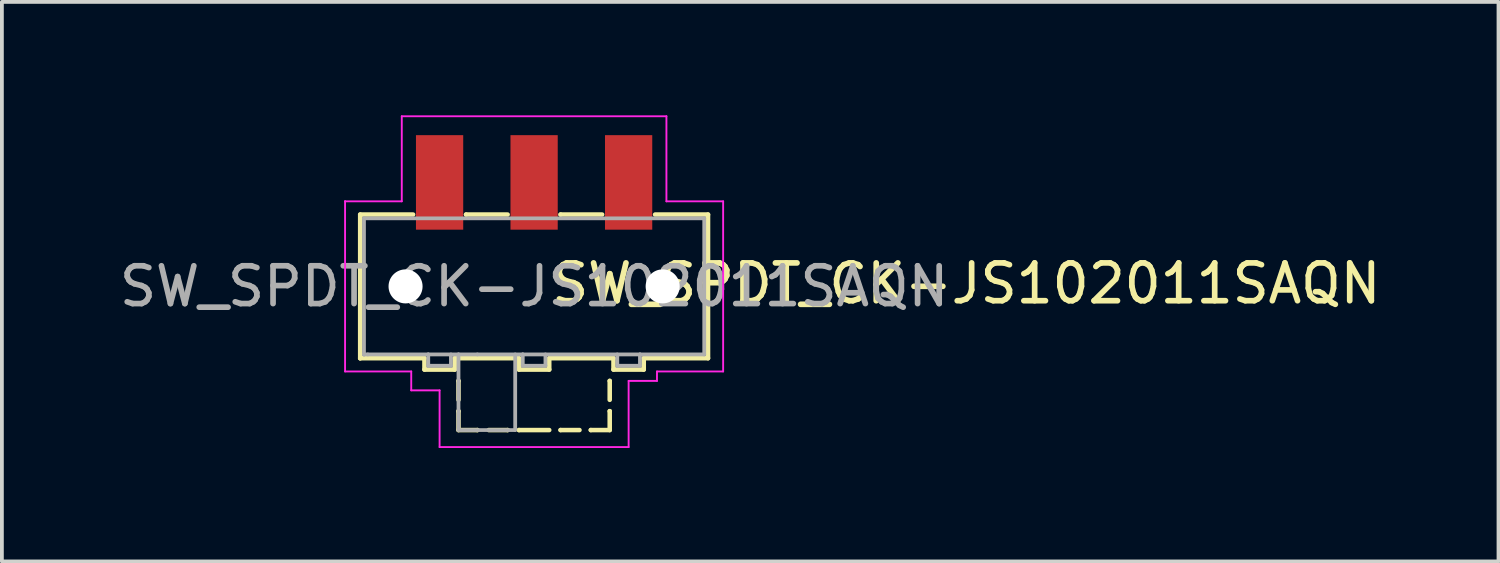
<source format=kicad_pcb>
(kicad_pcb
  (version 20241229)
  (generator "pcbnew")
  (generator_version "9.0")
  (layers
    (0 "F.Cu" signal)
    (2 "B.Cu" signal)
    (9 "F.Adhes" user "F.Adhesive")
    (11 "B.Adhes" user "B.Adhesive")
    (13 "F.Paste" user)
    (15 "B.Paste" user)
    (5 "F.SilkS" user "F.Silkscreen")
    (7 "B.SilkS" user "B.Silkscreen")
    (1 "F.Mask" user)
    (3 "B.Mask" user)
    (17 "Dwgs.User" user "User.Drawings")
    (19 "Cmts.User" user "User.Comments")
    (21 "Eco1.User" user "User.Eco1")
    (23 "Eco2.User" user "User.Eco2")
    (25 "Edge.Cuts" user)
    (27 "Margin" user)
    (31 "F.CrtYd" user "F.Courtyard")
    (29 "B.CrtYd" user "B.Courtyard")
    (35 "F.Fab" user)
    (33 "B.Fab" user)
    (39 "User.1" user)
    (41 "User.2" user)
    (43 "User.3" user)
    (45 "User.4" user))
  (footprint "SW_SPDT_CK-JS102011SAQN"
    (layer "F.Cu")
    (at 11.077 4.525)
    (property "Reference" "SW_SPDT_CK-JS102011SAQN" (at 11.43 -0.076 0) (layer "F.SilkS") (effects (font (size 1 1) (thickness 0.15))))
    (attr smd)
    (fp_line (start -4.6 -1.9) (end -3.2 -1.9) (stroke (width 0.12) (type solid)) (layer "F.SilkS"))
    (fp_line (start -4.6 1.9) (end -4.6 -1.9) (stroke (width 0.12) (type solid)) (layer "F.SilkS"))
    (fp_line (start -4.6 1.9) (end -4.6 1.9) (stroke (width 0.12) (type solid)) (layer "F.SilkS"))
    (fp_line (start -2.9 1.9) (end -4.6 1.9) (stroke (width 0.12) (type solid)) (layer "F.SilkS"))
    (fp_line (start -2.9 2.2) (end -2.9 1.9) (stroke (width 0.12) (type solid)) (layer "F.SilkS"))
    (fp_line (start -2.1 1.9) (end -2.1 2.2) (stroke (width 0.12) (type solid)) (layer "F.SilkS"))
    (fp_line (start -2.1 2.2) (end -2.9 2.2) (stroke (width 0.12) (type solid)) (layer "F.SilkS"))
    (fp_line (start -2 2.5) (end -2 2.5) (stroke (width 0.12) (type solid)) (layer "F.SilkS"))
    (fp_line (start -2 3) (end -2 2.5) (stroke (width 0.12) (type solid)) (layer "F.SilkS"))
    (fp_line (start -2 3.3) (end -2 3.3) (stroke (width 0.12) (type solid)) (layer "F.SilkS"))
    (fp_line (start -2 3.8) (end -2 3.3) (stroke (width 0.12) (type solid)) (layer "F.SilkS"))
    (fp_line (start -2 3.8) (end -1.5 3.8) (stroke (width 0.12) (type solid)) (layer "F.SilkS"))
    (fp_line (start -1.8 -1.9) (end -1.8 -1.9) (stroke (width 0.12) (type solid)) (layer "F.SilkS"))
    (fp_line (start -1.5 3.8) (end -1.5 3.8) (stroke (width 0.12) (type solid)) (layer "F.SilkS"))
    (fp_line (start -1.2 3.8) (end -0.7 3.8) (stroke (width 0.12) (type solid)) (layer "F.SilkS"))
    (fp_line (start -0.7 -1.9) (end -1.8 -1.9) (stroke (width 0.12) (type solid)) (layer "F.SilkS"))
    (fp_line (start -0.7 3.8) (end -0.7 3.8) (stroke (width 0.12) (type solid)) (layer "F.SilkS"))
    (fp_line (start -0.4 1.9) (end -2.1 1.9) (stroke (width 0.12) (type solid)) (layer "F.SilkS"))
    (fp_line (start -0.4 2.2) (end -0.4 1.9) (stroke (width 0.12) (type solid)) (layer "F.SilkS"))
    (fp_line (start -0.4 3.8) (end -0.4 3.8) (stroke (width 0.12) (type solid)) (layer "F.SilkS"))
    (fp_line (start 0.4 1.9) (end 0.4 2.2) (stroke (width 0.12) (type solid)) (layer "F.SilkS"))
    (fp_line (start 0.4 2.2) (end -0.4 2.2) (stroke (width 0.12) (type solid)) (layer "F.SilkS"))
    (fp_line (start 0.4 3.8) (end -0.4 3.8) (stroke (width 0.12) (type solid)) (layer "F.SilkS"))
    (fp_line (start 0.7 -1.9) (end 0.7 -1.9) (stroke (width 0.12) (type solid)) (layer "F.SilkS"))
    (fp_line (start 0.7 3.8) (end 0.7 3.8) (stroke (width 0.12) (type solid)) (layer "F.SilkS"))
    (fp_line (start 1.2 3.8) (end 0.7 3.8) (stroke (width 0.12) (type solid)) (layer "F.SilkS"))
    (fp_line (start 1.5 3.8) (end 1.5 3.8) (stroke (width 0.12) (type solid)) (layer "F.SilkS"))
    (fp_line (start 1.8 -1.9) (end 0.7 -1.9) (stroke (width 0.12) (type solid)) (layer "F.SilkS"))
    (fp_line (start 2 2.5) (end 2 2.5) (stroke (width 0.12) (type solid)) (layer "F.SilkS"))
    (fp_line (start 2 3) (end 2 2.5) (stroke (width 0.12) (type solid)) (layer "F.SilkS"))
    (fp_line (start 2 3.3) (end 2 3.3) (stroke (width 0.12) (type solid)) (layer "F.SilkS"))
    (fp_line (start 2 3.8) (end 1.5 3.8) (stroke (width 0.12) (type solid)) (layer "F.SilkS"))
    (fp_line (start 2 3.8) (end 2 3.3) (stroke (width 0.12) (type solid)) (layer "F.SilkS"))
    (fp_line (start 2.1 1.9) (end 0.4 1.9) (stroke (width 0.12) (type solid)) (layer "F.SilkS"))
    (fp_line (start 2.1 2.2) (end 2.1 1.9) (stroke (width 0.12) (type solid)) (layer "F.SilkS"))
    (fp_line (start 2.9 1.9) (end 2.9 2.2) (stroke (width 0.12) (type solid)) (layer "F.SilkS"))
    (fp_line (start 2.9 2.2) (end 2.1 2.2) (stroke (width 0.12) (type solid)) (layer "F.SilkS"))
    (fp_line (start 3.2 -1.9) (end 4.6 -1.9) (stroke (width 0.12) (type solid)) (layer "F.SilkS"))
    (fp_line (start 4.6 -1.9) (end 4.6 1.9) (stroke (width 0.12) (type solid)) (layer "F.SilkS"))
    (fp_line (start 4.6 1.9) (end 2.9 1.9) (stroke (width 0.12) (type solid)) (layer "F.SilkS"))
    (fp_line (start -5 -2.25) (end -5 -2.25) (stroke (width 0.05) (type solid)) (layer "F.CrtYd"))
    (fp_line (start -5 -2.25) (end -5 2.25) (stroke (width 0.05) (type solid)) (layer "F.CrtYd"))
    (fp_line (start -5 2.25) (end -3.25 2.25) (stroke (width 0.05) (type solid)) (layer "F.CrtYd"))
    (fp_line (start -3.5 -4.5) (end -3.5 -2.25) (stroke (width 0.05) (type solid)) (layer "F.CrtYd"))
    (fp_line (start -3.5 -2.25) (end -5 -2.25) (stroke (width 0.05) (type solid)) (layer "F.CrtYd"))
    (fp_line (start -3.25 2.25) (end -3.25 2.75) (stroke (width 0.05) (type solid)) (layer "F.CrtYd"))
    (fp_line (start -3.25 2.75) (end -2.5 2.75) (stroke (width 0.05) (type solid)) (layer "F.CrtYd"))
    (fp_line (start -2.5 2.75) (end -2.5 4.25) (stroke (width 0.05) (type solid)) (layer "F.CrtYd"))
    (fp_line (start -2.5 4.25) (end 2.5 4.25) (stroke (width 0.05) (type solid)) (layer "F.CrtYd"))
    (fp_line (start 2.5 2.5) (end 3.25 2.5) (stroke (width 0.05) (type solid)) (layer "F.CrtYd"))
    (fp_line (start 2.5 4.25) (end 2.5 2.5) (stroke (width 0.05) (type solid)) (layer "F.CrtYd"))
    (fp_line (start 3.25 2.25) (end 5 2.25) (stroke (width 0.05) (type solid)) (layer "F.CrtYd"))
    (fp_line (start 3.25 2.5) (end 3.25 2.25) (stroke (width 0.05) (type solid)) (layer "F.CrtYd"))
    (fp_line (start 3.5 -4.5) (end -3.5 -4.5) (stroke (width 0.05) (type solid)) (layer "F.CrtYd"))
    (fp_line (start 3.5 -2.25) (end 3.5 -4.5) (stroke (width 0.05) (type solid)) (layer "F.CrtYd"))
    (fp_line (start 5 -2.25) (end 3.5 -2.25) (stroke (width 0.05) (type solid)) (layer "F.CrtYd"))
    (fp_line (start 5 2.25) (end 5 -2.25) (stroke (width 0.05) (type solid)) (layer "F.CrtYd"))
    (fp_line (start -4.5 -1.8) (end -4.5 1.8) (stroke (width 0.1) (type solid)) (layer "F.Fab"))
    (fp_line (start -4.5 -1.8) (end 4.5 -1.8) (stroke (width 0.1) (type solid)) (layer "F.Fab"))
    (fp_line (start -4.5 1.8) (end -4.5 1.8) (stroke (width 0.1) (type solid)) (layer "F.Fab"))
    (fp_line (start -4.5 1.8) (end -4.5 1.8) (stroke (width 0.1) (type solid)) (layer "F.Fab"))
    (fp_line (start -4.4 1.8) (end -4.5 1.8) (stroke (width 0.1) (type solid)) (layer "F.Fab"))
    (fp_line (start -2.8 1.8) (end -2.8 1.8) (stroke (width 0.1) (type solid)) (layer "F.Fab"))
    (fp_line (start -2.8 2.1) (end -2.8 1.8) (stroke (width 0.1) (type solid)) (layer "F.Fab"))
    (fp_line (start -2.2 1.8) (end -2.2 2.1) (stroke (width 0.1) (type solid)) (layer "F.Fab"))
    (fp_line (start -2.2 2.1) (end -2.8 2.1) (stroke (width 0.1) (type solid)) (layer "F.Fab"))
    (fp_line (start -2 1.8) (end -2 1.8) (stroke (width 0.1) (type solid)) (layer "F.Fab"))
    (fp_line (start -2 3.8) (end -2 1.8) (stroke (width 0.1) (type solid)) (layer "F.Fab"))
    (fp_line (start -1.5 1.8) (end -1.5 1.8) (stroke (width 0.1) (type solid)) (layer "F.Fab"))
    (fp_line (start -0.5 1.8) (end -0.5 3.8) (stroke (width 0.1) (type solid)) (layer "F.Fab"))
    (fp_line (start -0.5 3.8) (end -2 3.8) (stroke (width 0.1) (type solid)) (layer "F.Fab"))
    (fp_line (start -0.3 1.8) (end -0.3 1.8) (stroke (width 0.1) (type solid)) (layer "F.Fab"))
    (fp_line (start -0.3 2.1) (end -0.3 1.8) (stroke (width 0.1) (type solid)) (layer "F.Fab"))
    (fp_line (start 0.3 1.8) (end 0.3 2.1) (stroke (width 0.1) (type solid)) (layer "F.Fab"))
    (fp_line (start 0.3 2.1) (end -0.3 2.1) (stroke (width 0.1) (type solid)) (layer "F.Fab"))
    (fp_line (start 2.2 1.8) (end 2.2 2.1) (stroke (width 0.1) (type solid)) (layer "F.Fab"))
    (fp_line (start 2.2 2.1) (end 2.8 2.1) (stroke (width 0.1) (type solid)) (layer "F.Fab"))
    (fp_line (start 2.8 1.8) (end 2.8 1.8) (stroke (width 0.1) (type solid)) (layer "F.Fab"))
    (fp_line (start 2.8 2.1) (end 2.8 1.8) (stroke (width 0.1) (type solid)) (layer "F.Fab"))
    (fp_line (start 4.5 -1.8) (end 4.5 1.8) (stroke (width 0.1) (type solid)) (layer "F.Fab"))
    (fp_line (start 4.5 1.8) (end -4.4 1.8) (stroke (width 0.1) (type solid)) (layer "F.Fab"))
    (fp_text user "${REFERENCE}" (at 0 0 0) (layer "F.Fab") (effects (font (size 1 1) (thickness 0.15))))
    (pad "" np_thru_hole circle (at -3.4 0) (size 0.9 0.9) (drill 0.9) (layers "*.Cu" "*.Mask"))
    (pad "" np_thru_hole circle (at 3.4 0) (size 0.9 0.9) (drill 0.9) (layers "*.Cu" "*.Mask"))
    (pad "1" smd rect (at -2.5 -2.75) (size 1.25 2.5) (layers "F.Cu" "F.Mask" "F.Paste"))
    (pad "2" smd rect (at 0 -2.75) (size 1.25 2.5) (layers "F.Cu" "F.Mask" "F.Paste"))
    (pad "3" smd rect (at 2.5 -2.75) (size 1.25 2.5) (layers "F.Cu" "F.Mask" "F.Paste")))
  (gr_rect
    (start -3 -3)
    (end 36.585 11.8)
    (stroke (width 0.1) (type default))
    (fill no)
    (layer "Edge.Cuts")))
</source>
